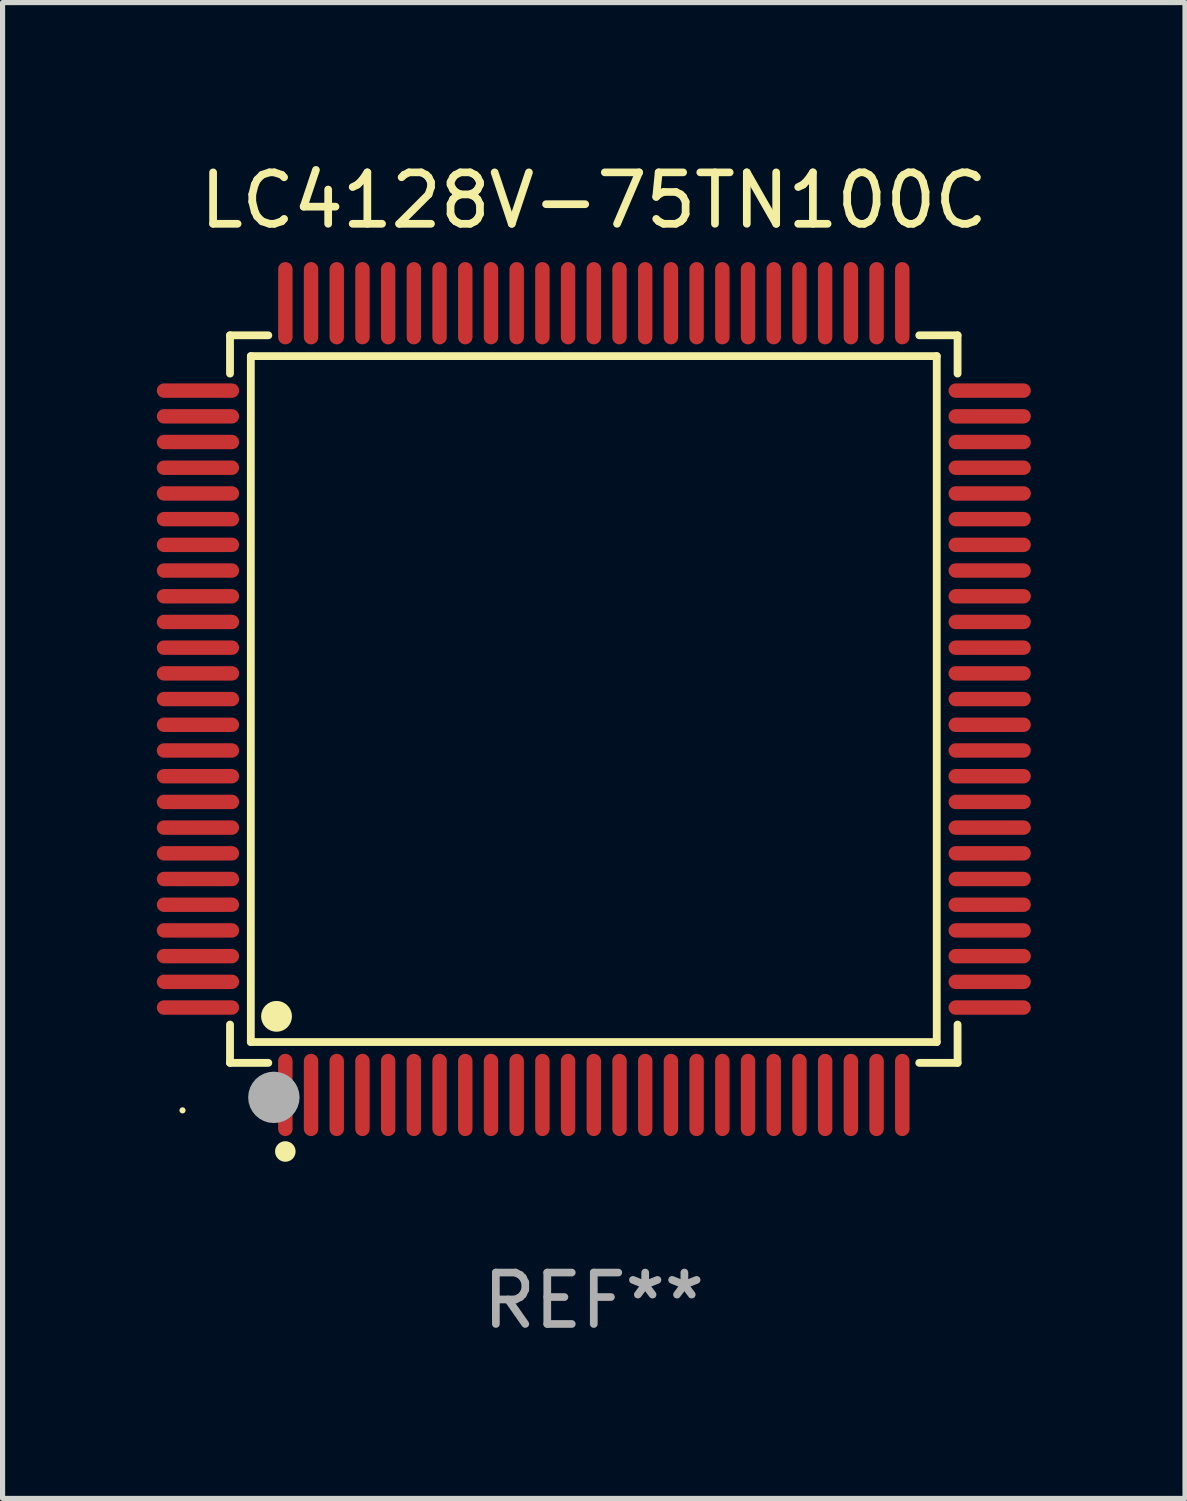
<source format=kicad_pcb>
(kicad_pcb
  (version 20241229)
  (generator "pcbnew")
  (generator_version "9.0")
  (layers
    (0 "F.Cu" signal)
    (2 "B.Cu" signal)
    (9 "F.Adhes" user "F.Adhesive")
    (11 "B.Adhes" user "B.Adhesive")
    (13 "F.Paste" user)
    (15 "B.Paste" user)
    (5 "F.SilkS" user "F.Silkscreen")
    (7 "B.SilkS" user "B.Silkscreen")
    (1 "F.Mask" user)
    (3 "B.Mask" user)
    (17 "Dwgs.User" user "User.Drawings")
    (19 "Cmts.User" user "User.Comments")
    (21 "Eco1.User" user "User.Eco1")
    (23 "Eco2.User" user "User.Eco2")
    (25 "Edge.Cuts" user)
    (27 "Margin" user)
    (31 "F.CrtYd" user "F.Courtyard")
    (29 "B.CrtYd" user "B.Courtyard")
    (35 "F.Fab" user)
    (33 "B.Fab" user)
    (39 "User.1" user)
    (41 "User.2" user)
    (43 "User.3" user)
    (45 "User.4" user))
  (footprint "LC4128V-75TN100C"
    (layer "F.Cu")
    (at 8.5 10.548)
    (property "Reference" "LC4128V-75TN100C" (at 0 -9.7 0) (layer "F.SilkS") (effects (font (size 1 1) (thickness 0.15))))
    (attr through_hole)
    (fp_line (start -7.076 -7.076) (end -6.331 -7.076) (stroke (width 0.152) (type solid)) (layer "F.SilkS"))
    (fp_line (start -7.076 -6.331) (end -7.076 -7.076) (stroke (width 0.152) (type solid)) (layer "F.SilkS"))
    (fp_line (start -7.076 6.331) (end -7.076 7.076) (stroke (width 0.152) (type solid)) (layer "F.SilkS"))
    (fp_line (start -7.076 7.076) (end -6.331 7.076) (stroke (width 0.152) (type solid)) (layer "F.SilkS"))
    (fp_line (start -6.671 -6.671) (end 6.671 -6.671) (stroke (width 0.152) (type solid)) (layer "F.SilkS"))
    (fp_line (start -6.671 6.671) (end -6.671 -6.671) (stroke (width 0.152) (type solid)) (layer "F.SilkS"))
    (fp_line (start 6.671 -6.671) (end 6.671 6.671) (stroke (width 0.152) (type solid)) (layer "F.SilkS"))
    (fp_line (start 6.671 6.671) (end -6.671 6.671) (stroke (width 0.152) (type solid)) (layer "F.SilkS"))
    (fp_line (start 7.076 -7.076) (end 6.331 -7.076) (stroke (width 0.152) (type solid)) (layer "F.SilkS"))
    (fp_line (start 7.076 -6.331) (end 7.076 -7.076) (stroke (width 0.152) (type solid)) (layer "F.SilkS"))
    (fp_line (start 7.076 6.331) (end 7.076 7.076) (stroke (width 0.152) (type solid)) (layer "F.SilkS"))
    (fp_line (start 7.076 7.076) (end 6.331 7.076) (stroke (width 0.152) (type solid)) (layer "F.SilkS"))
    (fp_circle (center -8 8) (end -7.97 8) (stroke (width 0.06) (type solid)) (fill no) (layer "F.SilkS"))
    (fp_circle (center -6.171 6.171) (end -6.021 6.171) (stroke (width 0.3) (type solid)) (fill no) (layer "F.SilkS"))
    (fp_circle (center -6 8.8) (end -5.9 8.8) (stroke (width 0.2) (type solid)) (fill no) (layer "F.SilkS"))
    (fp_circle (center -6.223 7.747) (end -5.973 7.747) (stroke (width 0.5) (type solid)) (fill no) (layer "F.Fab"))
    (fp_text user "REF**" (at 0 11.7 0) (layer "F.Fab") (effects (font (size 1 1) (thickness 0.15))))
    (pad "1" smd oval (at -6 7.7) (size 0.28 1.6) (layers "F.Cu" "F.Mask" "F.Paste"))
    (pad "2" smd oval (at -5.5 7.7) (size 0.28 1.6) (layers "F.Cu" "F.Mask" "F.Paste"))
    (pad "3" smd oval (at -5 7.7) (size 0.28 1.6) (layers "F.Cu" "F.Mask" "F.Paste"))
    (pad "4" smd oval (at -4.5 7.7) (size 0.28 1.6) (layers "F.Cu" "F.Mask" "F.Paste"))
    (pad "5" smd oval (at -4 7.7) (size 0.28 1.6) (layers "F.Cu" "F.Mask" "F.Paste"))
    (pad "6" smd oval (at -3.5 7.7) (size 0.28 1.6) (layers "F.Cu" "F.Mask" "F.Paste"))
    (pad "7" smd oval (at -3 7.7) (size 0.28 1.6) (layers "F.Cu" "F.Mask" "F.Paste"))
    (pad "8" smd oval (at -2.5 7.7) (size 0.28 1.6) (layers "F.Cu" "F.Mask" "F.Paste"))
    (pad "9" smd oval (at -2 7.7) (size 0.28 1.6) (layers "F.Cu" "F.Mask" "F.Paste"))
    (pad "10" smd oval (at -1.5 7.7) (size 0.28 1.6) (layers "F.Cu" "F.Mask" "F.Paste"))
    (pad "11" smd oval (at -1 7.7) (size 0.28 1.6) (layers "F.Cu" "F.Mask" "F.Paste"))
    (pad "12" smd oval (at -0.5 7.7) (size 0.28 1.6) (layers "F.Cu" "F.Mask" "F.Paste"))
    (pad "13" smd oval (at 0 7.7) (size 0.28 1.6) (layers "F.Cu" "F.Mask" "F.Paste"))
    (pad "14" smd oval (at 0.5 7.7) (size 0.28 1.6) (layers "F.Cu" "F.Mask" "F.Paste"))
    (pad "15" smd oval (at 1 7.7) (size 0.28 1.6) (layers "F.Cu" "F.Mask" "F.Paste"))
    (pad "16" smd oval (at 1.5 7.7) (size 0.28 1.6) (layers "F.Cu" "F.Mask" "F.Paste"))
    (pad "17" smd oval (at 2 7.7) (size 0.28 1.6) (layers "F.Cu" "F.Mask" "F.Paste"))
    (pad "18" smd oval (at 2.5 7.7) (size 0.28 1.6) (layers "F.Cu" "F.Mask" "F.Paste"))
    (pad "19" smd oval (at 3 7.7) (size 0.28 1.6) (layers "F.Cu" "F.Mask" "F.Paste"))
    (pad "20" smd oval (at 3.5 7.7) (size 0.28 1.6) (layers "F.Cu" "F.Mask" "F.Paste"))
    (pad "21" smd oval (at 4 7.7) (size 0.28 1.6) (layers "F.Cu" "F.Mask" "F.Paste"))
    (pad "22" smd oval (at 4.5 7.7) (size 0.28 1.6) (layers "F.Cu" "F.Mask" "F.Paste"))
    (pad "23" smd oval (at 5 7.7) (size 0.28 1.6) (layers "F.Cu" "F.Mask" "F.Paste"))
    (pad "24" smd oval (at 5.5 7.7) (size 0.28 1.6) (layers "F.Cu" "F.Mask" "F.Paste"))
    (pad "25" smd oval (at 6 7.7) (size 0.28 1.6) (layers "F.Cu" "F.Mask" "F.Paste"))
    (pad "26" smd oval (at 7.7 6) (size 1.6 0.28) (layers "F.Cu" "F.Mask" "F.Paste"))
    (pad "27" smd oval (at 7.7 5.5) (size 1.6 0.28) (layers "F.Cu" "F.Mask" "F.Paste"))
    (pad "28" smd oval (at 7.7 5) (size 1.6 0.28) (layers "F.Cu" "F.Mask" "F.Paste"))
    (pad "29" smd oval (at 7.7 4.5) (size 1.6 0.28) (layers "F.Cu" "F.Mask" "F.Paste"))
    (pad "30" smd oval (at 7.7 4) (size 1.6 0.28) (layers "F.Cu" "F.Mask" "F.Paste"))
    (pad "31" smd oval (at 7.7 3.5) (size 1.6 0.28) (layers "F.Cu" "F.Mask" "F.Paste"))
    (pad "32" smd oval (at 7.7 3) (size 1.6 0.28) (layers "F.Cu" "F.Mask" "F.Paste"))
    (pad "33" smd oval (at 7.7 2.5) (size 1.6 0.28) (layers "F.Cu" "F.Mask" "F.Paste"))
    (pad "34" smd oval (at 7.7 2) (size 1.6 0.28) (layers "F.Cu" "F.Mask" "F.Paste"))
    (pad "35" smd oval (at 7.7 1.5) (size 1.6 0.28) (layers "F.Cu" "F.Mask" "F.Paste"))
    (pad "36" smd oval (at 7.7 1) (size 1.6 0.28) (layers "F.Cu" "F.Mask" "F.Paste"))
    (pad "37" smd oval (at 7.7 0.5) (size 1.6 0.28) (layers "F.Cu" "F.Mask" "F.Paste"))
    (pad "38" smd oval (at 7.7 0) (size 1.6 0.28) (layers "F.Cu" "F.Mask" "F.Paste"))
    (pad "39" smd oval (at 7.7 -0.5) (size 1.6 0.28) (layers "F.Cu" "F.Mask" "F.Paste"))
    (pad "40" smd oval (at 7.7 -1) (size 1.6 0.28) (layers "F.Cu" "F.Mask" "F.Paste"))
    (pad "41" smd oval (at 7.7 -1.5) (size 1.6 0.28) (layers "F.Cu" "F.Mask" "F.Paste"))
    (pad "42" smd oval (at 7.7 -2) (size 1.6 0.28) (layers "F.Cu" "F.Mask" "F.Paste"))
    (pad "43" smd oval (at 7.7 -2.5) (size 1.6 0.28) (layers "F.Cu" "F.Mask" "F.Paste"))
    (pad "44" smd oval (at 7.7 -3) (size 1.6 0.28) (layers "F.Cu" "F.Mask" "F.Paste"))
    (pad "45" smd oval (at 7.7 -3.5) (size 1.6 0.28) (layers "F.Cu" "F.Mask" "F.Paste"))
    (pad "46" smd oval (at 7.7 -4) (size 1.6 0.28) (layers "F.Cu" "F.Mask" "F.Paste"))
    (pad "47" smd oval (at 7.7 -4.5) (size 1.6 0.28) (layers "F.Cu" "F.Mask" "F.Paste"))
    (pad "48" smd oval (at 7.7 -5) (size 1.6 0.28) (layers "F.Cu" "F.Mask" "F.Paste"))
    (pad "49" smd oval (at 7.7 -5.5) (size 1.6 0.28) (layers "F.Cu" "F.Mask" "F.Paste"))
    (pad "50" smd oval (at 7.7 -6) (size 1.6 0.28) (layers "F.Cu" "F.Mask" "F.Paste"))
    (pad "51" smd oval (at 6 -7.7) (size 0.28 1.6) (layers "F.Cu" "F.Mask" "F.Paste"))
    (pad "52" smd oval (at 5.5 -7.7) (size 0.28 1.6) (layers "F.Cu" "F.Mask" "F.Paste"))
    (pad "53" smd oval (at 5 -7.7) (size 0.28 1.6) (layers "F.Cu" "F.Mask" "F.Paste"))
    (pad "54" smd oval (at 4.5 -7.7) (size 0.28 1.6) (layers "F.Cu" "F.Mask" "F.Paste"))
    (pad "55" smd oval (at 4 -7.7) (size 0.28 1.6) (layers "F.Cu" "F.Mask" "F.Paste"))
    (pad "56" smd oval (at 3.5 -7.7) (size 0.28 1.6) (layers "F.Cu" "F.Mask" "F.Paste"))
    (pad "57" smd oval (at 3 -7.7) (size 0.28 1.6) (layers "F.Cu" "F.Mask" "F.Paste"))
    (pad "58" smd oval (at 2.5 -7.7) (size 0.28 1.6) (layers "F.Cu" "F.Mask" "F.Paste"))
    (pad "59" smd oval (at 2 -7.7) (size 0.28 1.6) (layers "F.Cu" "F.Mask" "F.Paste"))
    (pad "60" smd oval (at 1.5 -7.7) (size 0.28 1.6) (layers "F.Cu" "F.Mask" "F.Paste"))
    (pad "61" smd oval (at 1 -7.7) (size 0.28 1.6) (layers "F.Cu" "F.Mask" "F.Paste"))
    (pad "62" smd oval (at 0.5 -7.7) (size 0.28 1.6) (layers "F.Cu" "F.Mask" "F.Paste"))
    (pad "63" smd oval (at 0 -7.7) (size 0.28 1.6) (layers "F.Cu" "F.Mask" "F.Paste"))
    (pad "64" smd oval (at -0.5 -7.7) (size 0.28 1.6) (layers "F.Cu" "F.Mask" "F.Paste"))
    (pad "65" smd oval (at -1 -7.7) (size 0.28 1.6) (layers "F.Cu" "F.Mask" "F.Paste"))
    (pad "66" smd oval (at -1.5 -7.7) (size 0.28 1.6) (layers "F.Cu" "F.Mask" "F.Paste"))
    (pad "67" smd oval (at -2 -7.7) (size 0.28 1.6) (layers "F.Cu" "F.Mask" "F.Paste"))
    (pad "68" smd oval (at -2.5 -7.7) (size 0.28 1.6) (layers "F.Cu" "F.Mask" "F.Paste"))
    (pad "69" smd oval (at -3 -7.7) (size 0.28 1.6) (layers "F.Cu" "F.Mask" "F.Paste"))
    (pad "70" smd oval (at -3.5 -7.7) (size 0.28 1.6) (layers "F.Cu" "F.Mask" "F.Paste"))
    (pad "71" smd oval (at -4 -7.7) (size 0.28 1.6) (layers "F.Cu" "F.Mask" "F.Paste"))
    (pad "72" smd oval (at -4.5 -7.7) (size 0.28 1.6) (layers "F.Cu" "F.Mask" "F.Paste"))
    (pad "73" smd oval (at -5 -7.7) (size 0.28 1.6) (layers "F.Cu" "F.Mask" "F.Paste"))
    (pad "74" smd oval (at -5.5 -7.7) (size 0.28 1.6) (layers "F.Cu" "F.Mask" "F.Paste"))
    (pad "75" smd oval (at -6 -7.7) (size 0.28 1.6) (layers "F.Cu" "F.Mask" "F.Paste"))
    (pad "76" smd oval (at -7.7 -6) (size 1.6 0.28) (layers "F.Cu" "F.Mask" "F.Paste"))
    (pad "77" smd oval (at -7.7 -5.5) (size 1.6 0.28) (layers "F.Cu" "F.Mask" "F.Paste"))
    (pad "78" smd oval (at -7.7 -5) (size 1.6 0.28) (layers "F.Cu" "F.Mask" "F.Paste"))
    (pad "79" smd oval (at -7.7 -4.5) (size 1.6 0.28) (layers "F.Cu" "F.Mask" "F.Paste"))
    (pad "80" smd oval (at -7.7 -4) (size 1.6 0.28) (layers "F.Cu" "F.Mask" "F.Paste"))
    (pad "81" smd oval (at -7.7 -3.5) (size 1.6 0.28) (layers "F.Cu" "F.Mask" "F.Paste"))
    (pad "82" smd oval (at -7.7 -3) (size 1.6 0.28) (layers "F.Cu" "F.Mask" "F.Paste"))
    (pad "83" smd oval (at -7.7 -2.5) (size 1.6 0.28) (layers "F.Cu" "F.Mask" "F.Paste"))
    (pad "84" smd oval (at -7.7 -2) (size 1.6 0.28) (layers "F.Cu" "F.Mask" "F.Paste"))
    (pad "85" smd oval (at -7.7 -1.5) (size 1.6 0.28) (layers "F.Cu" "F.Mask" "F.Paste"))
    (pad "86" smd oval (at -7.7 -1) (size 1.6 0.28) (layers "F.Cu" "F.Mask" "F.Paste"))
    (pad "87" smd oval (at -7.7 -0.5) (size 1.6 0.28) (layers "F.Cu" "F.Mask" "F.Paste"))
    (pad "88" smd oval (at -7.7 0) (size 1.6 0.28) (layers "F.Cu" "F.Mask" "F.Paste"))
    (pad "89" smd oval (at -7.7 0.5) (size 1.6 0.28) (layers "F.Cu" "F.Mask" "F.Paste"))
    (pad "90" smd oval (at -7.7 1) (size 1.6 0.28) (layers "F.Cu" "F.Mask" "F.Paste"))
    (pad "91" smd oval (at -7.7 1.5) (size 1.6 0.28) (layers "F.Cu" "F.Mask" "F.Paste"))
    (pad "92" smd oval (at -7.7 2) (size 1.6 0.28) (layers "F.Cu" "F.Mask" "F.Paste"))
    (pad "93" smd oval (at -7.7 2.5) (size 1.6 0.28) (layers "F.Cu" "F.Mask" "F.Paste"))
    (pad "94" smd oval (at -7.7 3) (size 1.6 0.28) (layers "F.Cu" "F.Mask" "F.Paste"))
    (pad "95" smd oval (at -7.7 3.5) (size 1.6 0.28) (layers "F.Cu" "F.Mask" "F.Paste"))
    (pad "96" smd oval (at -7.7 4) (size 1.6 0.28) (layers "F.Cu" "F.Mask" "F.Paste"))
    (pad "97" smd oval (at -7.7 4.5) (size 1.6 0.28) (layers "F.Cu" "F.Mask" "F.Paste"))
    (pad "98" smd oval (at -7.7 5) (size 1.6 0.28) (layers "F.Cu" "F.Mask" "F.Paste"))
    (pad "99" smd oval (at -7.7 5.5) (size 1.6 0.28) (layers "F.Cu" "F.Mask" "F.Paste"))
    (pad "100" smd oval (at -7.7 6) (size 1.6 0.28) (layers "F.Cu" "F.Mask" "F.Paste")))
  (gr_rect
    (start -3 -3)
    (end 20 26.097)
    (stroke (width 0.1) (type default))
    (fill no)
    (layer "Edge.Cuts")))
</source>
